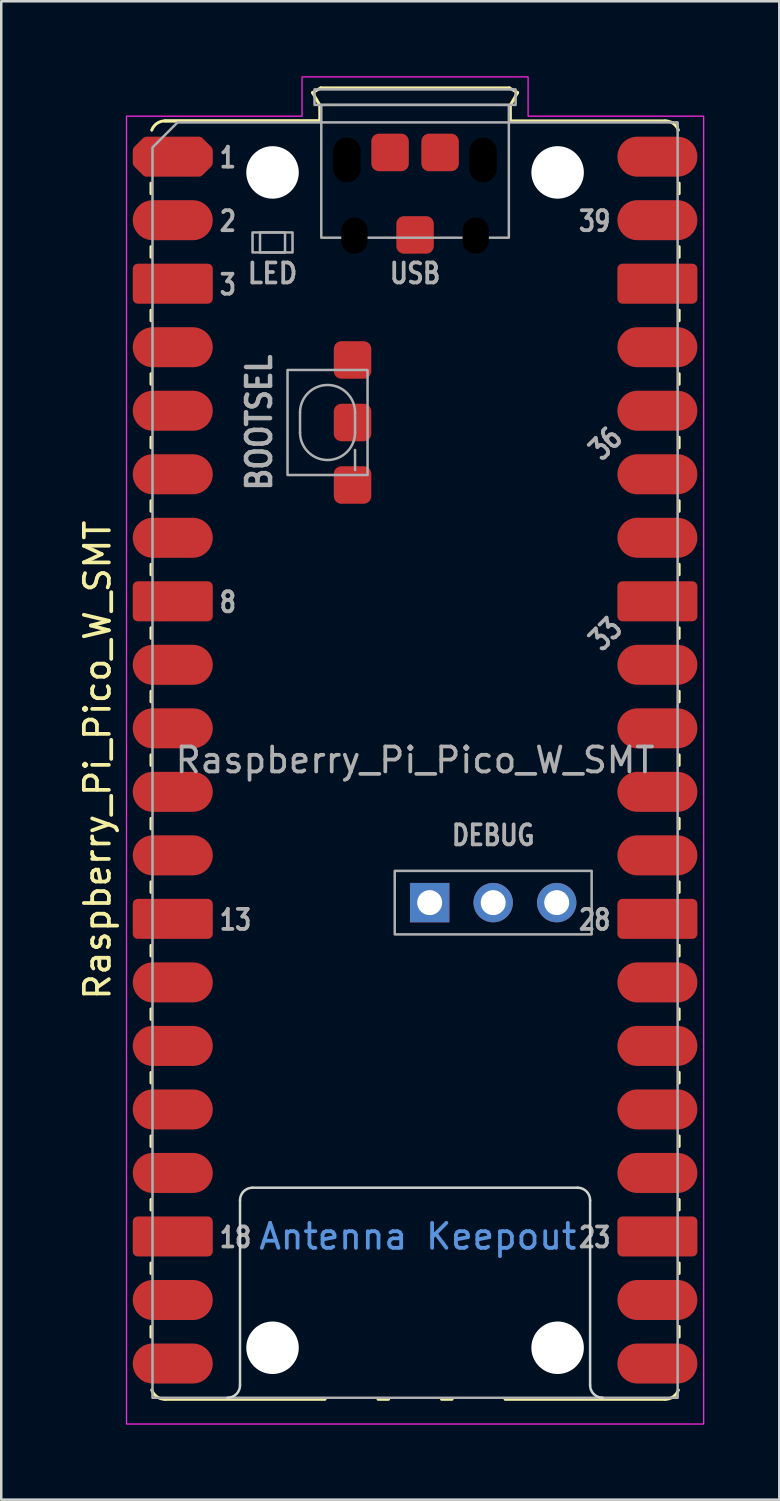
<source format=kicad_pcb>
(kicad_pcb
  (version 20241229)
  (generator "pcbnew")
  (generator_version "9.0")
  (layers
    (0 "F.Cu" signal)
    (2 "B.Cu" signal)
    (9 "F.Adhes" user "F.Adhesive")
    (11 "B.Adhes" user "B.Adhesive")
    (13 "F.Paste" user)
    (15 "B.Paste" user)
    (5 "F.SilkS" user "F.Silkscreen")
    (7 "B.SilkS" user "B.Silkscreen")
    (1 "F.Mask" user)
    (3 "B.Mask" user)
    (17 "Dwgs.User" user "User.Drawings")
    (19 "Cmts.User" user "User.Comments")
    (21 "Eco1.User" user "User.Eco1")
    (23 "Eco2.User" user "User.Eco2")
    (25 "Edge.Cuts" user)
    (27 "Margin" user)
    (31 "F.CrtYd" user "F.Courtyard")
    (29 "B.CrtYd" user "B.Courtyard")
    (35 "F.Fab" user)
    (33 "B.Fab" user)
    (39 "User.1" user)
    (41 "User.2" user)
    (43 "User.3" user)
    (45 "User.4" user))
  (footprint "Raspberry_Pi_Pico_W_SMT"
    (layer "F.Cu")
    (at 4.658 3.215)
    (property "Reference" "Raspberry_Pi_Pico_W_SMT" (at -3.81 24.13 270) (layer "F.SilkS") (effects (font (size 1 1) (thickness 0.15))))
    (attr through_hole)
    (fp_line (start -1.67 1.06) (end -1.67 1.48) (stroke (width 0.12) (type solid)) (layer "F.SilkS"))
    (fp_line (start -1.67 3.6) (end -1.67 4.02) (stroke (width 0.12) (type solid)) (layer "F.SilkS"))
    (fp_line (start -1.67 6.14) (end -1.67 6.56) (stroke (width 0.12) (type solid)) (layer "F.SilkS"))
    (fp_line (start -1.67 8.68) (end -1.67 9.1) (stroke (width 0.12) (type solid)) (layer "F.SilkS"))
    (fp_line (start -1.67 11.22) (end -1.67 11.64) (stroke (width 0.12) (type solid)) (layer "F.SilkS"))
    (fp_line (start -1.67 13.76) (end -1.67 14.18) (stroke (width 0.12) (type solid)) (layer "F.SilkS"))
    (fp_line (start -1.67 16.3) (end -1.67 16.72) (stroke (width 0.12) (type solid)) (layer "F.SilkS"))
    (fp_line (start -1.67 18.84) (end -1.67 19.26) (stroke (width 0.12) (type solid)) (layer "F.SilkS"))
    (fp_line (start -1.67 21.38) (end -1.67 21.8) (stroke (width 0.12) (type solid)) (layer "F.SilkS"))
    (fp_line (start -1.67 23.92) (end -1.67 24.34) (stroke (width 0.12) (type solid)) (layer "F.SilkS"))
    (fp_line (start -1.67 26.46) (end -1.67 26.88) (stroke (width 0.12) (type solid)) (layer "F.SilkS"))
    (fp_line (start -1.67 29) (end -1.67 29.42) (stroke (width 0.12) (type solid)) (layer "F.SilkS"))
    (fp_line (start -1.67 31.54) (end -1.67 31.96) (stroke (width 0.12) (type solid)) (layer "F.SilkS"))
    (fp_line (start -1.67 34.08) (end -1.67 34.5) (stroke (width 0.12) (type solid)) (layer "F.SilkS"))
    (fp_line (start -1.67 36.62) (end -1.67 37.04) (stroke (width 0.12) (type solid)) (layer "F.SilkS"))
    (fp_line (start -1.67 39.16) (end -1.67 39.58) (stroke (width 0.12) (type solid)) (layer "F.SilkS"))
    (fp_line (start -1.67 41.7) (end -1.67 42.12) (stroke (width 0.12) (type solid)) (layer "F.SilkS"))
    (fp_line (start -1.67 44.24) (end -1.67 44.66) (stroke (width 0.12) (type solid)) (layer "F.SilkS"))
    (fp_line (start -1.67 46.78) (end -1.67 47.2) (stroke (width 0.12) (type solid)) (layer "F.SilkS"))
    (fp_line (start -1.11 -1.43) (end 5.08 -1.43) (stroke (width 0.12) (type solid)) (layer "F.SilkS"))
    (fp_line (start -1.11 49.69) (end 5.29 49.69) (stroke (width 0.12) (type solid)) (layer "F.SilkS"))
    (fp_line (start 4.79 -2.56) (end 5.12 -2.75) (stroke (width 0.12) (type solid)) (layer "F.SilkS"))
    (fp_line (start 5.08 -2.06) (end 4.79 -2.56) (stroke (width 0.12) (type solid)) (layer "F.SilkS"))
    (fp_line (start 5.08 -1.43) (end -1.11 -1.43) (stroke (width 0.12) (type solid)) (layer "F.SilkS"))
    (fp_line (start 5.08 -1.43) (end 5.08 -2.06) (stroke (width 0.12) (type solid)) (layer "F.SilkS"))
    (fp_line (start 5.12 -2.75) (end 12.66 -2.75) (stroke (width 0.12) (type solid)) (layer "F.SilkS"))
    (fp_line (start 7.41 49.69) (end 7.83 49.69) (stroke (width 0.12) (type solid)) (layer "F.SilkS"))
    (fp_line (start 9.95 49.69) (end 10.37 49.69) (stroke (width 0.12) (type solid)) (layer "F.SilkS"))
    (fp_line (start 12.49 49.69) (end 18.89 49.69) (stroke (width 0.12) (type solid)) (layer "F.SilkS"))
    (fp_line (start 12.66 -2.75) (end 12.99 -2.56) (stroke (width 0.12) (type solid)) (layer "F.SilkS"))
    (fp_line (start 12.7 -2.06) (end 12.7 -1.43) (stroke (width 0.12) (type solid)) (layer "F.SilkS"))
    (fp_line (start 12.99 -2.56) (end 12.7 -2.06) (stroke (width 0.12) (type solid)) (layer "F.SilkS"))
    (fp_line (start 18.89 -1.43) (end 12.7 -1.43) (stroke (width 0.12) (type solid)) (layer "F.SilkS"))
    (fp_line (start 19.45 1.06) (end 19.45 1.48) (stroke (width 0.12) (type solid)) (layer "F.SilkS"))
    (fp_line (start 19.45 3.6) (end 19.45 4.02) (stroke (width 0.12) (type solid)) (layer "F.SilkS"))
    (fp_line (start 19.45 6.14) (end 19.45 6.56) (stroke (width 0.12) (type solid)) (layer "F.SilkS"))
    (fp_line (start 19.45 8.68) (end 19.45 9.1) (stroke (width 0.12) (type solid)) (layer "F.SilkS"))
    (fp_line (start 19.45 11.22) (end 19.45 11.64) (stroke (width 0.12) (type solid)) (layer "F.SilkS"))
    (fp_line (start 19.45 13.76) (end 19.45 14.18) (stroke (width 0.12) (type solid)) (layer "F.SilkS"))
    (fp_line (start 19.45 16.3) (end 19.45 16.72) (stroke (width 0.12) (type solid)) (layer "F.SilkS"))
    (fp_line (start 19.45 18.84) (end 19.45 19.26) (stroke (width 0.12) (type solid)) (layer "F.SilkS"))
    (fp_line (start 19.45 21.38) (end 19.45 21.8) (stroke (width 0.12) (type solid)) (layer "F.SilkS"))
    (fp_line (start 19.45 23.92) (end 19.45 24.34) (stroke (width 0.12) (type solid)) (layer "F.SilkS"))
    (fp_line (start 19.45 26.46) (end 19.45 26.88) (stroke (width 0.12) (type solid)) (layer "F.SilkS"))
    (fp_line (start 19.45 29) (end 19.45 29.42) (stroke (width 0.12) (type solid)) (layer "F.SilkS"))
    (fp_line (start 19.45 31.54) (end 19.45 31.96) (stroke (width 0.12) (type solid)) (layer "F.SilkS"))
    (fp_line (start 19.45 34.08) (end 19.45 34.5) (stroke (width 0.12) (type solid)) (layer "F.SilkS"))
    (fp_line (start 19.45 36.62) (end 19.45 37.04) (stroke (width 0.12) (type solid)) (layer "F.SilkS"))
    (fp_line (start 19.45 39.16) (end 19.45 39.58) (stroke (width 0.12) (type solid)) (layer "F.SilkS"))
    (fp_line (start 19.45 41.7) (end 19.45 42.12) (stroke (width 0.12) (type solid)) (layer "F.SilkS"))
    (fp_line (start 19.45 44.24) (end 19.45 44.66) (stroke (width 0.12) (type solid)) (layer "F.SilkS"))
    (fp_line (start 19.45 46.78) (end 19.45 47.2) (stroke (width 0.12) (type solid)) (layer "F.SilkS"))
    (fp_arc (start -1.64 -1.06) (mid -1.433508 -1.328808) (end -1.11 -1.43) (stroke (width 0.12) (type solid)) (layer "F.SilkS"))
    (fp_arc (start -1.11 49.69) (mid -1.433508 49.588809) (end -1.64 49.32) (stroke (width 0.12) (type solid)) (layer "F.SilkS"))
    (fp_arc (start 18.89 -1.43) (mid 19.213508 -1.328809) (end 19.42 -1.06) (stroke (width 0.12) (type solid)) (layer "F.SilkS"))
    (fp_arc (start 19.42 49.32) (mid 19.213508 49.588808) (end 18.89 49.69) (stroke (width 0.12) (type solid)) (layer "F.SilkS"))
    (fp_line (start 1.89 49.13) (end 1.89 41.73) (stroke (width 0.1) (type solid)) (layer "Edge.Cuts"))
    (fp_line (start 2.39 41.23) (end 15.39 41.23) (stroke (width 0.1) (type solid)) (layer "Edge.Cuts"))
    (fp_line (start 15.89 41.73) (end 15.89 49.13) (stroke (width 0.1) (type solid)) (layer "Edge.Cuts"))
    (fp_arc (start 1.89 41.73) (mid 2.036447 41.376447) (end 2.39 41.23) (stroke (width 0.1) (type solid)) (layer "Edge.Cuts"))
    (fp_arc (start 1.89 49.13) (mid 1.743553 49.483553) (end 1.39 49.63) (stroke (width 0.1) (type solid)) (layer "Edge.Cuts"))
    (fp_arc (start 15.39 41.23) (mid 15.743553 41.376447) (end 15.89 41.73) (stroke (width 0.1) (type solid)) (layer "Edge.Cuts"))
    (fp_arc (start 16.39 49.63) (mid 16.036447 49.483553) (end 15.89 49.13) (stroke (width 0.1) (type solid)) (layer "Edge.Cuts"))
    (fp_poly (pts (xy 13.41 -1.62) (xy 20.43 -1.62) (xy 20.43 50.68) (xy -2.65 50.68) (xy -2.65 -1.62) (xy 4.37 -1.62) (xy 4.37 -3.19) (xy 13.41 -3.19)) (stroke (width 0.05) (type solid)) (fill no) (layer "F.CrtYd"))
    (fp_line (start 4.29 10.23) (end 4.29 11.03) (stroke (width 0.1) (type solid)) (layer "F.Fab"))
    (fp_line (start 6.49 10.23) (end 6.49 11.03) (stroke (width 0.1) (type solid)) (layer "F.Fab"))
    (fp_line (start 6.49 11.73) (end 6.49 12.53) (stroke (width 0.1) (type solid)) (layer "F.Fab"))
    (fp_rect (start 2.39 3.03) (end 3.99 3.83) (stroke (width 0.1) (type solid)) (fill no) (layer "F.Fab"))
    (fp_rect (start 2.69 3.03) (end 3.69 3.83) (stroke (width 0.1) (type solid)) (fill no) (layer "F.Fab"))
    (fp_rect (start 3.79 8.53) (end 6.99 12.73) (stroke (width 0.1) (type solid)) (fill no) (layer "F.Fab"))
    (fp_rect (start 4.87 -2.69) (end 12.91 -2.07) (stroke (width 0.1) (type solid)) (fill no) (layer "F.Fab"))
    (fp_rect (start 5.14 -2.07) (end 12.64 3.24) (stroke (width 0.1) (type solid)) (fill no) (layer "F.Fab"))
    (fp_rect (start 8.077 28.56) (end 15.951 31.1) (stroke (width 0.1) (type solid)) (fill no) (layer "F.Fab"))
    (fp_arc (start 4.29 10.23) (mid 5.39 9.13) (end 6.49 10.23) (stroke (width 0.1) (type solid)) (layer "F.Fab"))
    (fp_arc (start 6.49 11.03) (mid 5.39 12.13) (end 4.29 11.03) (stroke (width 0.1) (type solid)) (layer "F.Fab"))
    (fp_poly (pts (xy 19.39 49.63) (xy -1.61 49.63) (xy -1.61 -0.37) (xy -0.61 -1.37) (xy 19.39 -1.37)) (stroke (width 0.1) (type solid)) (fill no) (layer "F.Fab"))
    (fp_text user "Antenna Keepout" (at 9 43.18 0) (unlocked yes) (layer "Cmts.User") (effects (font (size 1 1) (thickness 0.15))))
    (fp_text user "36" (at 16.51 11.468 45) (unlocked yes) (layer "F.Fab") (effects (font (size 0.8 0.64) (thickness 0.15))))
    (fp_text user "33" (at 16.51 19.088 45) (unlocked yes) (layer "F.Fab") (effects (font (size 0.8 0.64) (thickness 0.15))))
    (fp_text user "28" (at 16.78 30.518 0) (unlocked yes) (layer "F.Fab") (effects (font (size 0.8 0.64) (thickness 0.15)) (justify right)))
    (fp_text user "39" (at 16.78 2.578 0) (unlocked yes) (layer "F.Fab") (effects (font (size 0.8 0.64) (thickness 0.15)) (justify right)))
    (fp_text user "DEBUG" (at 12.014 27.138 0) (unlocked yes) (layer "F.Fab") (effects (font (size 0.8 0.66) (thickness 0.15))))
    (fp_text user "2" (at 1 2.578 0) (unlocked yes) (layer "F.Fab") (effects (font (size 0.8 0.64) (thickness 0.15)) (justify left)))
    (fp_text user "13" (at 1 30.518 0) (unlocked yes) (layer "F.Fab") (effects (font (size 0.8 0.64) (thickness 0.15)) (justify left)))
    (fp_text user "23" (at 16.78 43.218 0) (unlocked yes) (layer "F.Fab") (effects (font (size 0.8 0.64) (thickness 0.15)) (justify right)))
    (fp_text user "8" (at 1 17.818 0) (unlocked yes) (layer "F.Fab") (effects (font (size 0.8 0.64) (thickness 0.15)) (justify left)))
    (fp_text user "1" (at 1 0.038 0) (unlocked yes) (layer "F.Fab") (effects (font (size 0.8 0.64) (thickness 0.15)) (justify left)))
    (fp_text user "USB" (at 8.89 4.668 0) (unlocked yes) (layer "F.Fab") (effects (font (size 0.8 0.66) (thickness 0.15))))
    (fp_text user "3" (at 1 5.118 0) (unlocked yes) (layer "F.Fab") (effects (font (size 0.8 0.64) (thickness 0.15)) (justify left)))
    (fp_text user "${REFERENCE}" (at 8.89 24.13 0) (unlocked yes) (layer "F.Fab") (effects (font (size 1 1) (thickness 0.15))))
    (fp_text user "BOOTSEL" (at 2.656 10.63 90) (unlocked yes) (layer "F.Fab") (effects (font (size 0.96 0.825) (thickness 0.18))))
    (fp_text user "18" (at 1 43.218 0) (unlocked yes) (layer "F.Fab") (effects (font (size 0.8 0.64) (thickness 0.15)) (justify left)))
    (fp_text user "LED" (at 3.19 4.668 0) (unlocked yes) (layer "F.Fab") (effects (font (size 0.8 0.72) (thickness 0.15))))
    (pad "" np_thru_hole circle (at 3.19 0.63) (size 2.1 2.1) (drill 2.1) (layers "*.Cu" "*.Mask"))
    (pad "" np_thru_hole circle (at 3.19 47.63) (size 2.1 2.1) (drill 2.1) (layers "*.Cu" "*.Mask"))
    (pad "" np_thru_hole oval (at 6.165 0.13) (size 1.1 1.8) (drill oval 1.1 1.8) (layers "*.Mask"))
    (pad "" np_thru_hole oval (at 6.465 3.16) (size 1.05 1.45) (drill oval 1.05 1.45) (layers "*.Mask"))
    (pad "" np_thru_hole oval (at 11.315 3.16) (size 1.05 1.45) (drill oval 1.05 1.45) (layers "*.Mask"))
    (pad "" np_thru_hole oval (at 11.615 0.13) (size 1.1 1.8) (drill oval 1.1 1.8) (layers "*.Mask"))
    (pad "" np_thru_hole circle (at 14.59 0.63) (size 2.1 2.1) (drill 2.1) (layers "*.Cu" "*.Mask"))
    (pad "" np_thru_hole circle (at 14.59 47.63) (size 2.1 2.1) (drill 2.1) (layers "*.Cu" "*.Mask"))
    (pad "1" smd custom (at -1.6 0) (size 1.6 1.6) (layers "F.Cu" "F.Mask") (options (anchor circle)) (primitives (gr_poly (pts (xy 2.2 0.249) (xy 1.849 0.6) (xy -0.249 0.6) (xy -0.6 0.249) (xy -0.6 -0.249) (xy -0.249 -0.6) (xy 1.849 -0.6) (xy 2.2 -0.249)) (width 0.4) (fill yes))))
    (pad "2" smd oval (at -1.6 2.54) (size 3.2 1.6) (drill (offset 0.8 0)) (layers "F.Cu" "F.Mask"))
    (pad "3" smd roundrect (at -1.6 5.08) (size 3.2 1.6) (drill (offset 0.8 0)) (layers "F.Cu" "F.Mask") (roundrect_rratio 0.125))
    (pad "4" smd oval (at -1.6 7.62) (size 3.2 1.6) (drill (offset 0.8 0)) (layers "F.Cu" "F.Mask"))
    (pad "5" smd oval (at -1.6 10.16) (size 3.2 1.6) (drill (offset 0.8 0)) (layers "F.Cu" "F.Mask"))
    (pad "6" smd oval (at -1.6 12.7) (size 3.2 1.6) (drill (offset 0.8 0)) (layers "F.Cu" "F.Mask"))
    (pad "7" smd oval (at -1.6 15.24) (size 3.2 1.6) (drill (offset 0.8 0)) (layers "F.Cu" "F.Mask"))
    (pad "8" smd roundrect (at -1.6 17.78) (size 3.2 1.6) (drill (offset 0.8 0)) (layers "F.Cu" "F.Mask") (roundrect_rratio 0.125))
    (pad "9" smd oval (at -1.6 20.32) (size 3.2 1.6) (drill (offset 0.8 0)) (layers "F.Cu" "F.Mask"))
    (pad "10" smd oval (at -1.6 22.86) (size 3.2 1.6) (drill (offset 0.8 0)) (layers "F.Cu" "F.Mask"))
    (pad "11" smd oval (at -1.6 25.4) (size 3.2 1.6) (drill (offset 0.8 0)) (layers "F.Cu" "F.Mask"))
    (pad "12" smd oval (at -1.6 27.94) (size 3.2 1.6) (drill (offset 0.8 0)) (layers "F.Cu" "F.Mask"))
    (pad "13" smd roundrect (at -1.6 30.48) (size 3.2 1.6) (drill (offset 0.8 0)) (layers "F.Cu" "F.Mask") (roundrect_rratio 0.125))
    (pad "14" smd oval (at -1.6 33.02) (size 3.2 1.6) (drill (offset 0.8 0)) (layers "F.Cu" "F.Mask"))
    (pad "15" smd oval (at -1.6 35.56) (size 3.2 1.6) (drill (offset 0.8 0)) (layers "F.Cu" "F.Mask"))
    (pad "16" smd oval (at -1.6 38.1) (size 3.2 1.6) (drill (offset 0.8 0)) (layers "F.Cu" "F.Mask"))
    (pad "17" smd oval (at -1.6 40.64) (size 3.2 1.6) (drill (offset 0.8 0)) (layers "F.Cu" "F.Mask"))
    (pad "18" smd roundrect (at -1.6 43.18) (size 3.2 1.6) (drill (offset 0.8 0)) (layers "F.Cu" "F.Mask") (roundrect_rratio 0.125))
    (pad "19" smd oval (at -1.6 45.72) (size 3.2 1.6) (drill (offset 0.8 0)) (layers "F.Cu" "F.Mask"))
    (pad "20" smd oval (at -1.6 48.26) (size 3.2 1.6) (drill (offset 0.8 0)) (layers "F.Cu" "F.Mask"))
    (pad "21" smd oval (at 19.38 48.26) (size 3.2 1.6) (drill (offset -0.8 0)) (layers "F.Cu" "F.Mask"))
    (pad "22" smd oval (at 19.38 45.72) (size 3.2 1.6) (drill (offset -0.8 0)) (layers "F.Cu" "F.Mask"))
    (pad "23" smd roundrect (at 19.38 43.18) (size 3.2 1.6) (drill (offset -0.8 0)) (layers "F.Cu" "F.Mask") (roundrect_rratio 0.125))
    (pad "24" smd oval (at 19.38 40.64) (size 3.2 1.6) (drill (offset -0.8 0)) (layers "F.Cu" "F.Mask"))
    (pad "25" smd oval (at 19.38 38.1) (size 3.2 1.6) (drill (offset -0.8 0)) (layers "F.Cu" "F.Mask"))
    (pad "26" smd oval (at 19.38 35.56) (size 3.2 1.6) (drill (offset -0.8 0)) (layers "F.Cu" "F.Mask"))
    (pad "27" smd oval (at 19.38 33.02) (size 3.2 1.6) (drill (offset -0.8 0)) (layers "F.Cu" "F.Mask"))
    (pad "28" smd roundrect (at 19.38 30.48) (size 3.2 1.6) (drill (offset -0.8 0)) (layers "F.Cu" "F.Mask") (roundrect_rratio 0.125))
    (pad "29" smd oval (at 19.38 27.94) (size 3.2 1.6) (drill (offset -0.8 0)) (layers "F.Cu" "F.Mask"))
    (pad "30" smd oval (at 19.38 25.4) (size 3.2 1.6) (drill (offset -0.8 0)) (layers "F.Cu" "F.Mask"))
    (pad "31" smd oval (at 19.38 22.86) (size 3.2 1.6) (drill (offset -0.8 0)) (layers "F.Cu" "F.Mask"))
    (pad "32" smd oval (at 19.38 20.32) (size 3.2 1.6) (drill (offset -0.8 0)) (layers "F.Cu" "F.Mask"))
    (pad "33" smd roundrect (at 19.38 17.78) (size 3.2 1.6) (drill (offset -0.8 0)) (layers "F.Cu" "F.Mask") (roundrect_rratio 0.125))
    (pad "34" smd oval (at 19.38 15.24) (size 3.2 1.6) (drill (offset -0.8 0)) (layers "F.Cu" "F.Mask"))
    (pad "35" smd oval (at 19.38 12.7) (size 3.2 1.6) (drill (offset -0.8 0)) (layers "F.Cu" "F.Mask"))
    (pad "36" smd oval (at 19.38 10.16) (size 3.2 1.6) (drill (offset -0.8 0)) (layers "F.Cu" "F.Mask"))
    (pad "37" smd oval (at 19.38 7.62) (size 3.2 1.6) (drill (offset -0.8 0)) (layers "F.Cu" "F.Mask"))
    (pad "38" smd roundrect (at 19.38 5.08) (size 3.2 1.6) (drill (offset -0.8 0)) (layers "F.Cu" "F.Mask") (roundrect_rratio 0.125))
    (pad "39" smd oval (at 19.38 2.54) (size 3.2 1.6) (drill (offset -0.8 0)) (layers "F.Cu" "F.Mask"))
    (pad "40" smd oval (at 19.38 0) (size 3.2 1.6) (drill (offset -0.8 0)) (layers "F.Cu" "F.Mask"))
    (pad "41" thru_hole rect (at 9.474 29.83) (size 1.575 1.575) (drill 1) (layers "*.Cu" "*.Mask"))
    (pad "42" thru_hole circle (at 12.014 29.83) (size 1.575 1.575) (drill 1) (layers "*.Cu" "*.Mask"))
    (pad "43" thru_hole circle (at 14.554 29.83) (size 1.575 1.575) (drill 1) (layers "*.Cu" "*.Mask"))
    (pad "51" smd roundrect (at 8.89 3.13) (size 1.5 1.5) (property pad_prop_testpoint) (layers "F.Cu" "F.Mask") (roundrect_rratio 0.2))
    (pad "52" smd roundrect (at 9.89 -0.17) (size 1.5 1.5) (property pad_prop_testpoint) (layers "F.Cu" "F.Mask") (roundrect_rratio 0.2))
    (pad "53" smd roundrect (at 7.89 -0.17) (size 1.5 1.5) (property pad_prop_testpoint) (layers "F.Cu" "F.Mask") (roundrect_rratio 0.2))
    (pad "54" smd roundrect (at 6.39 8.13) (size 1.5 1.5) (property pad_prop_testpoint) (layers "F.Cu" "F.Mask") (roundrect_rratio 0.2))
    (pad "55" smd roundrect (at 6.39 10.63) (size 1.5 1.5) (property pad_prop_testpoint) (layers "F.Cu" "F.Mask") (roundrect_rratio 0.2))
    (pad "56" smd roundrect (at 6.39 13.13) (size 1.5 1.5) (property pad_prop_testpoint) (layers "F.Cu" "F.Mask") (roundrect_rratio 0.2))
    (zone (net_name "") (layer "F.Cu") (name "Test Point Keepout") (hatch full 0.508) (connect_pads) (min_thickness 0.254) (filled_areas_thickness no) (keepout (tracks not_allowed) (vias not_allowed) (pads allowed) (copperpour not_allowed) (footprints allowed)) (placement (enabled no)) (fill) (polygon (pts (xy 12.098 12.395) (xy 9.998 12.395) (xy 9.998 10.295) (xy 12.098 10.295))))
    (zone (net_name "") (layer "F.Cu") (name "Test Point Keepout") (hatch full 0.508) (connect_pads) (min_thickness 0.254) (filled_areas_thickness no) (keepout (tracks not_allowed) (vias not_allowed) (pads allowed) (copperpour not_allowed) (footprints allowed)) (placement (enabled no)) (fill) (polygon (pts (xy 12.098 14.895) (xy 9.998 14.895) (xy 9.998 12.795) (xy 12.098 12.795))))
    (zone (net_name "") (layer "F.Cu") (name "Test Point Keepout") (hatch full 0.508) (connect_pads) (min_thickness 0.254) (filled_areas_thickness no) (keepout (tracks not_allowed) (vias not_allowed) (pads allowed) (copperpour not_allowed) (footprints allowed)) (placement (enabled no)) (fill) (polygon (pts (xy 12.098 17.395) (xy 9.998 17.395) (xy 9.998 15.295) (xy 12.098 15.295))))
    (zone (net_name "") (layer "F.Cu") (name "Test Point Keepout") (hatch full 0.508) (connect_pads) (min_thickness 0.254) (filled_areas_thickness no) (keepout (tracks not_allowed) (vias not_allowed) (pads allowed) (copperpour not_allowed) (footprints allowed)) (placement (enabled no)) (fill) (polygon (pts (xy 14.598 7.395) (xy 12.498 7.395) (xy 12.498 5.295) (xy 14.598 5.295))))
    (zone (net_name "") (layer "F.Cu") (name "Test Point Keepout") (hatch full 0.508) (connect_pads) (min_thickness 0.254) (filled_areas_thickness no) (keepout (tracks not_allowed) (vias not_allowed) (pads allowed) (copperpour not_allowed) (footprints allowed)) (placement (enabled no)) (fill) (polygon (pts (xy 15.598 4.095) (xy 11.498 4.095) (xy 11.498 1.995) (xy 15.598 1.995))))
    (zone (net_name "") (layers "F.Cu" "F.Mask" "B.Cu" "B.Mask" "F.SilkS" "B.SilkS" "F.Adhes" "B.Adhes" "F.Paste" "B.Paste") (name "Antenna Keepout") (hatch full 0.508) (connect_pads) (min_thickness 0.254) (filled_areas_thickness no) (keepout (tracks not_allowed) (vias not_allowed) (pads not_allowed) (copperpour not_allowed) (footprints not_allowed)) (placement (enabled no)) (fill) (polygon (pts (xy 20.548 52.845) (xy 6.548 52.845) (xy 6.548 44.445) (xy 20.548 44.445)))))
  (gr_rect
    (start -3 -3)
    (end 28.113 56.92)
    (stroke (width 0.1) (type default))
    (fill no)
    (layer "Edge.Cuts")))
</source>
